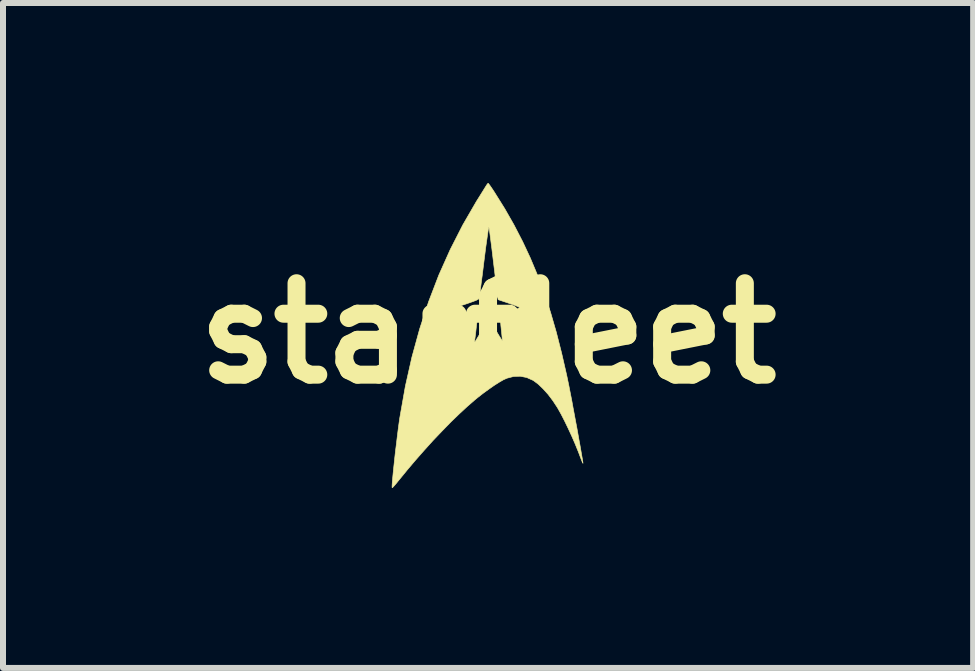
<source format=kicad_pcb>
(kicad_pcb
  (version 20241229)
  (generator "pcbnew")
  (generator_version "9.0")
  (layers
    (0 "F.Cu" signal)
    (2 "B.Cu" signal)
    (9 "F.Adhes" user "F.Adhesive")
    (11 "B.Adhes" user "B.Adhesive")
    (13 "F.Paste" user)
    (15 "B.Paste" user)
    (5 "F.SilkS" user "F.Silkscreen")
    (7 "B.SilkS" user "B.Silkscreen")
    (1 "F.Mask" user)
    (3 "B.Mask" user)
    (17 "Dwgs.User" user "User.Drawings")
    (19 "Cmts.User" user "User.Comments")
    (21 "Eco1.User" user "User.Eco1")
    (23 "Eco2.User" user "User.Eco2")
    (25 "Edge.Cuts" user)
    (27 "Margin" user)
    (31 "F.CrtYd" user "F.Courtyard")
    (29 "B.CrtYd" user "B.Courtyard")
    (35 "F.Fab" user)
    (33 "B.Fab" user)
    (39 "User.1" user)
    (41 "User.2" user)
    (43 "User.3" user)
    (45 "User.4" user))
  (footprint "starfleet"
    (layer "F.Cu")
    (at 5.087 2.507)
    (property "Reference" "starfleet" (at 0 0 0) (layer "F.SilkS") (effects (font (size 1.524 1.524) (thickness 0.3))))
    (attr through_hole)
    (fp_poly (pts (xy 0.011 -2.492) (xy 0.032 -2.464) (xy 0.061 -2.422) (xy 0.095 -2.371) (xy 0.111 -2.346) (xy 0.279 -2.077) (xy 0.433 -1.807) (xy 0.575 -1.533) (xy 0.706 -1.253) (xy 0.827 -0.964) (xy 0.939 -0.664) (xy 1.042 -0.35) (xy 1.138 -0.019) (xy 1.227 0.331) (xy 1.312 0.702) (xy 1.347 0.87) (xy 1.361 0.943) (xy 1.378 1.029) (xy 1.397 1.126) (xy 1.416 1.232) (xy 1.437 1.343) (xy 1.458 1.457) (xy 1.48 1.572) (xy 1.5 1.684) (xy 1.519 1.791) (xy 1.537 1.889) (xy 1.552 1.977) (xy 1.565 2.052) (xy 1.575 2.11) (xy 1.581 2.15) (xy 1.583 2.167) (xy 1.583 2.168) (xy 1.577 2.159) (xy 1.565 2.132) (xy 1.55 2.093) (xy 1.55 2.093) (xy 1.505 1.974) (xy 1.453 1.846) (xy 1.396 1.715) (xy 1.336 1.585) (xy 1.276 1.461) (xy 1.219 1.35) (xy 1.167 1.257) (xy 1.156 1.238) (xy 1.081 1.124) (xy 1.001 1.018) (xy 0.918 0.926) (xy 0.838 0.849) (xy 0.762 0.792) (xy 0.747 0.783) (xy 0.644 0.737) (xy 0.536 0.716) (xy 0.426 0.72) (xy 0.315 0.749) (xy 0.313 0.75) (xy 0.257 0.775) (xy 0.186 0.816) (xy 0.104 0.868) (xy 0.014 0.931) (xy -0.081 1) (xy -0.177 1.075) (xy -0.222 1.112) (xy -0.344 1.218) (xy -0.477 1.341) (xy -0.619 1.478) (xy -0.765 1.628) (xy -0.915 1.785) (xy -1.063 1.949) (xy -1.208 2.114) (xy -1.347 2.278) (xy -1.385 2.325) (xy -1.449 2.403) (xy -1.499 2.464) (xy -1.536 2.51) (xy -1.563 2.541) (xy -1.581 2.561) (xy -1.592 2.572) (xy -1.597 2.574) (xy -1.599 2.571) (xy -1.6 2.565) (xy -1.599 2.528) (xy -1.595 2.469) (xy -1.588 2.392) (xy -1.579 2.299) (xy -1.568 2.195) (xy -1.556 2.082) (xy -1.543 1.965) (xy -1.528 1.846) (xy -1.514 1.728) (xy -1.5 1.616) (xy -1.486 1.511) (xy -1.473 1.419) (xy -1.466 1.378) (xy -1.378 0.88) (xy -1.269 0.396) (xy -1.14 -0.073) (xy -1.021 -0.436) (xy -0.527 -0.436) (xy -0.356 -0.35) (xy -0.296 -0.32) (xy -0.245 -0.294) (xy -0.206 -0.274) (xy -0.184 -0.263) (xy -0.181 -0.261) (xy -0.181 -0.248) (xy -0.184 -0.215) (xy -0.188 -0.167) (xy -0.195 -0.108) (xy -0.202 -0.045) (xy -0.209 0.018) (xy -0.217 0.077) (xy -0.222 0.114) (xy -0.224 0.131) (xy -0.225 0.142) (xy -0.222 0.145) (xy -0.215 0.137) (xy -0.201 0.116) (xy -0.18 0.081) (xy -0.148 0.028) (xy -0.106 -0.044) (xy -0.1 -0.054) (xy -0.064 -0.114) (xy -0.033 -0.165) (xy -0.008 -0.205) (xy 0.007 -0.229) (xy 0.011 -0.234) (xy 0.02 -0.225) (xy 0.039 -0.198) (xy 0.066 -0.156) (xy 0.099 -0.102) (xy 0.127 -0.056) (xy 0.162 0.004) (xy 0.193 0.055) (xy 0.218 0.094) (xy 0.233 0.117) (xy 0.238 0.122) (xy 0.238 0.109) (xy 0.235 0.075) (xy 0.23 0.025) (xy 0.224 -0.037) (xy 0.221 -0.063) (xy 0.214 -0.13) (xy 0.21 -0.186) (xy 0.208 -0.229) (xy 0.21 -0.252) (xy 0.211 -0.254) (xy 0.226 -0.264) (xy 0.259 -0.283) (xy 0.305 -0.308) (xy 0.36 -0.337) (xy 0.371 -0.343) (xy 0.427 -0.373) (xy 0.474 -0.398) (xy 0.508 -0.418) (xy 0.525 -0.429) (xy 0.526 -0.43) (xy 0.517 -0.437) (xy 0.487 -0.45) (xy 0.441 -0.468) (xy 0.383 -0.488) (xy 0.35 -0.5) (xy 0.168 -0.561) (xy 0.161 -0.608) (xy 0.158 -0.63) (xy 0.152 -0.674) (xy 0.145 -0.739) (xy 0.135 -0.819) (xy 0.123 -0.914) (xy 0.111 -1.019) (xy 0.097 -1.133) (xy 0.089 -1.2) (xy 0.075 -1.316) (xy 0.062 -1.424) (xy 0.049 -1.523) (xy 0.038 -1.608) (xy 0.029 -1.679) (xy 0.021 -1.731) (xy 0.016 -1.762) (xy 0.015 -1.77) (xy 0.011 -1.762) (xy 0.005 -1.732) (xy -0.003 -1.681) (xy -0.013 -1.612) (xy -0.025 -1.526) (xy -0.039 -1.428) (xy -0.053 -1.317) (xy -0.068 -1.198) (xy -0.083 -1.077) (xy -0.097 -0.964) (xy -0.111 -0.861) (xy -0.122 -0.77) (xy -0.132 -0.694) (xy -0.14 -0.635) (xy -0.145 -0.597) (xy -0.148 -0.582) (xy -0.161 -0.569) (xy -0.195 -0.551) (xy -0.252 -0.529) (xy -0.332 -0.501) (xy -0.34 -0.498) (xy -0.527 -0.436) (xy -1.021 -0.436) (xy -0.99 -0.529) (xy -0.821 -0.97) (xy -0.631 -1.395) (xy -0.422 -1.805) (xy -0.194 -2.199) (xy -0.155 -2.261) (xy -0.117 -2.322) (xy -0.082 -2.378) (xy -0.053 -2.425) (xy -0.033 -2.457) (xy -0.027 -2.467) (xy -0.01 -2.491) (xy 0.002 -2.502) (xy 0.002 -2.502) (xy 0.011 -2.492)) (stroke (width 0.01) (type solid)) (fill yes) (layer "F.SilkS")))
  (gr_rect
    (start -3 -3)
    (end 13.175 8.086)
    (stroke (width 0.1) (type default))
    (fill no)
    (layer "Edge.Cuts")))
</source>
